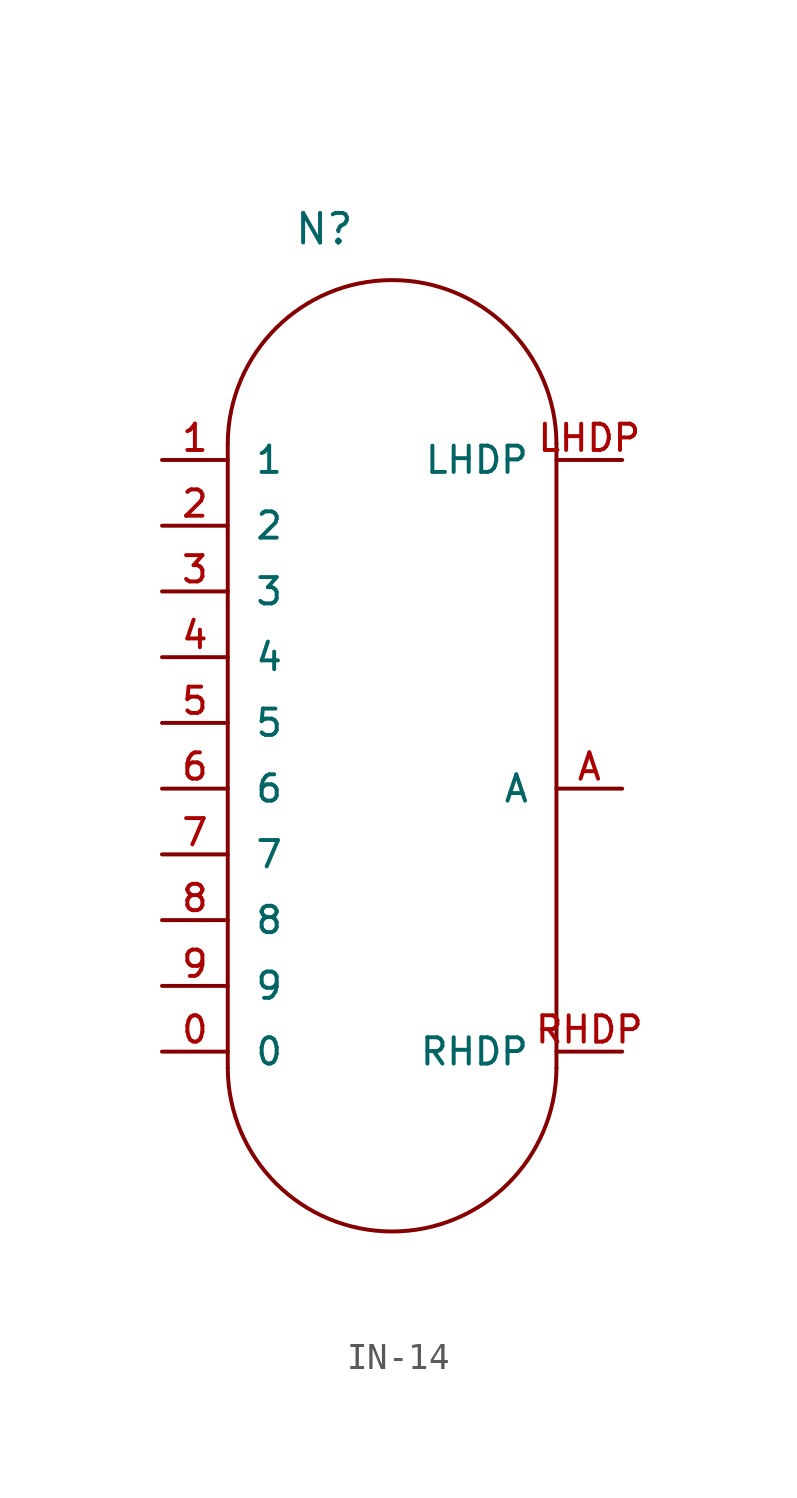
<source format=kicad_sym>
(kicad_symbol_lib
  (version 20211014)
  (generator kicad_symbol_editor)
  (symbol "IN-14"
    (pin_names
      (offset 1.016))
    (property "Reference" "N"
      (at -2.54 18.415 0)
      (effects (font (size 1.143 1.143)) (justify left bottom)))
    (symbol "IN-14_1_0"
      (polyline (pts (xy -5.08 -13.335) (xy -5.08 10.795)) (stroke (width 0) (type default) (color 0 0 0 0)) (fill (type none)))
      (polyline (pts (xy 7.62 -13.335) (xy 7.62 10.795)) (stroke (width 0) (type default) (color 0 0 0 0)) (fill (type none))))
    (symbol "IN-14_1_1"
      (arc (start -5.08 -13.335) (mid 1.27 -19.685) (end 7.62 -13.335) (stroke (width 0) (type default) (color 0 0 0 0)) (fill (type none)))
      (arc (start 7.62 10.795) (mid 1.27 17.145) (end -5.08 10.795) (stroke (width 0) (type default) (color 0 0 0 0)) (fill (type none)))
      (pin bidirectional line (at -7.62 -12.7 0) (length 2.54) (name "0" (effects (font (size 1.016 1.016)))) (number "0" (effects (font (size 1.016 1.016)))))
      (pin bidirectional line (at -7.62 10.16 0) (length 2.54) (name "1" (effects (font (size 1.016 1.016)))) (number "1" (effects (font (size 1.016 1.016)))))
      (pin bidirectional line (at -7.62 7.62 0) (length 2.54) (name "2" (effects (font (size 1.016 1.016)))) (number "2" (effects (font (size 1.016 1.016)))))
      (pin bidirectional line (at -7.62 5.08 0) (length 2.54) (name "3" (effects (font (size 1.016 1.016)))) (number "3" (effects (font (size 1.016 1.016)))))
      (pin bidirectional line (at -7.62 2.54 0) (length 2.54) (name "4" (effects (font (size 1.016 1.016)))) (number "4" (effects (font (size 1.016 1.016)))))
      (pin bidirectional line (at -7.62 0 0) (length 2.54) (name "5" (effects (font (size 1.016 1.016)))) (number "5" (effects (font (size 1.016 1.016)))))
      (pin bidirectional line (at -7.62 -2.54 0) (length 2.54) (name "6" (effects (font (size 1.016 1.016)))) (number "6" (effects (font (size 1.016 1.016)))))
      (pin bidirectional line (at -7.62 -5.08 0) (length 2.54) (name "7" (effects (font (size 1.016 1.016)))) (number "7" (effects (font (size 1.016 1.016)))))
      (pin bidirectional line (at -7.62 -7.62 0) (length 2.54) (name "8" (effects (font (size 1.016 1.016)))) (number "8" (effects (font (size 1.016 1.016)))))
      (pin bidirectional line (at -7.62 -10.16 0) (length 2.54) (name "9" (effects (font (size 1.016 1.016)))) (number "9" (effects (font (size 1.016 1.016)))))
      (pin bidirectional line (at 10.16 -2.54 180) (length 2.54) (name "A" (effects (font (size 1.016 1.016)))) (number "A" (effects (font (size 1.016 1.016)))))
      (pin bidirectional line (at 10.16 10.16 180) (length 2.54) (name "LHDP" (effects (font (size 1.016 1.016)))) (number "LHDP" (effects (font (size 1.016 1.016)))))
      (pin bidirectional line (at 10.16 -12.7 180) (length 2.54) (name "RHDP" (effects (font (size 1.016 1.016)))) (number "RHDP" (effects (font (size 1.016 1.016))))))))
</source>
